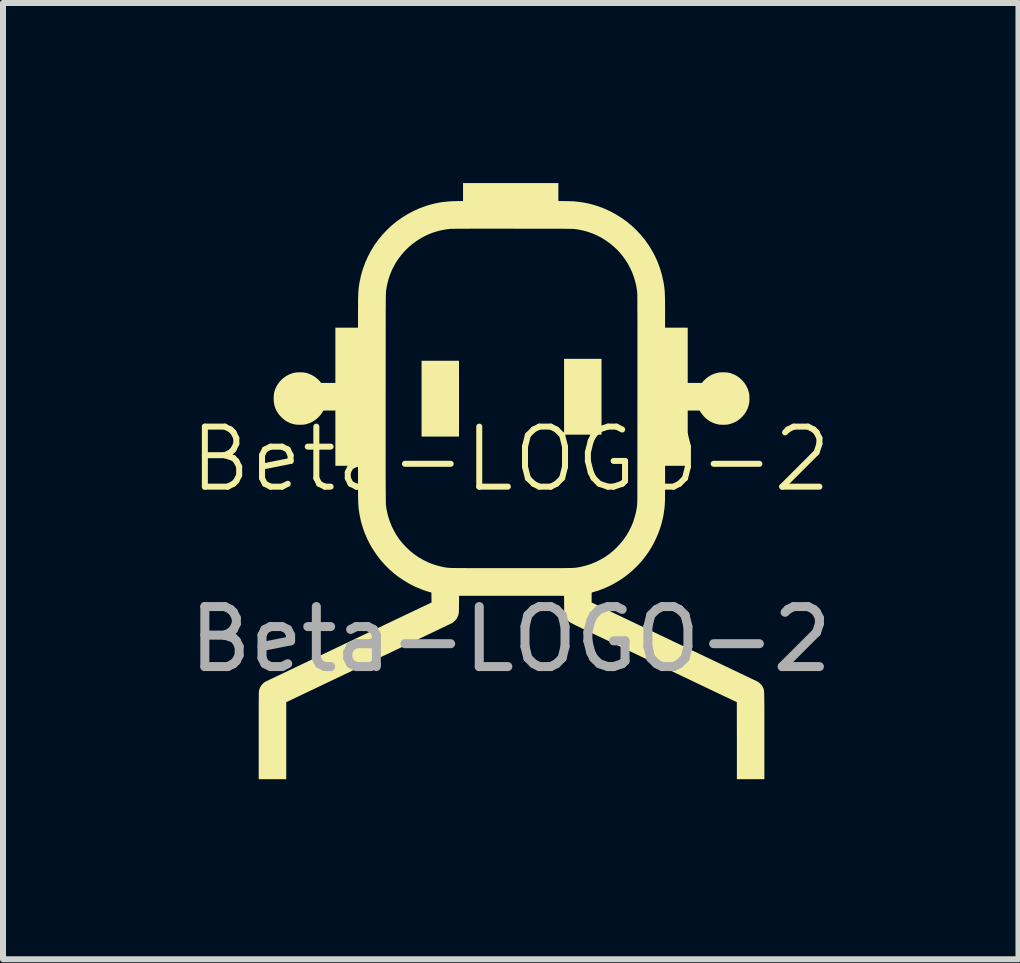
<source format=kicad_pcb>
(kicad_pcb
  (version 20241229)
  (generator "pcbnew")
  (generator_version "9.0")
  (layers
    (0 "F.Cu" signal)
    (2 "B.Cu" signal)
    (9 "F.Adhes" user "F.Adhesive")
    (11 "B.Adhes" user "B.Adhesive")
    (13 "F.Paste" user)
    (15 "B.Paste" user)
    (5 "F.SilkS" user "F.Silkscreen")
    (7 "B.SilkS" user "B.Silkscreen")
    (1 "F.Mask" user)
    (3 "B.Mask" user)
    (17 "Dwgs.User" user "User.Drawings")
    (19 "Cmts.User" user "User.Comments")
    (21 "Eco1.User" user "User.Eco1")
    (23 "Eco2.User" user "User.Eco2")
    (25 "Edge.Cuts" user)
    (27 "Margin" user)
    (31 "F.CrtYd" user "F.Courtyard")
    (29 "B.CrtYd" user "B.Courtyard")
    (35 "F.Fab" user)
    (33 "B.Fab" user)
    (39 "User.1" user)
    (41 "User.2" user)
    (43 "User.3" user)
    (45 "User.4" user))
  (footprint "Beta-LOGO-2"
    (layer "F.Cu")
    (at 5.458 5.1)
    (property "Reference" "Beta-LOGO-2" (at 0 -0.5 0) (unlocked yes) (layer "F.SilkS") (effects (font (size 1 1) (thickness 0.1))))
    (attr exclude_from_pos_files exclude_from_bom allow_soldermask_bridges)
    (fp_poly (pts (xy -0.861 -1.509) (xy -0.861 -0.877) (xy -1.173 -0.877) (xy -1.485 -0.877) (xy -1.485 -1.509) (xy -1.485 -2.14) (xy -1.173 -2.14) (xy -0.861 -2.14)) (stroke (width 0) (type solid)) (fill yes) (layer "F.SilkS"))
    (fp_poly (pts (xy 1.513 -1.54) (xy 1.513 -0.909) (xy 1.201 -0.909) (xy 0.889 -0.909) (xy 0.889 -1.54) (xy 0.889 -2.172) (xy 1.201 -2.172) (xy 1.513 -2.172)) (stroke (width 0) (type solid)) (fill yes) (layer "F.SilkS"))
    (fp_poly (pts (xy 0.794 -4.95) (xy 0.794 -4.8) (xy 0.889 -4.8) (xy 0.967 -4.799) (xy 1.04 -4.796) (xy 1.076 -4.793) (xy 1.111 -4.79) (xy 1.145 -4.786) (xy 1.178 -4.781) (xy 1.211 -4.776) (xy 1.244 -4.77) (xy 1.276 -4.764) (xy 1.309 -4.756) (xy 1.341 -4.748) (xy 1.373 -4.74) (xy 1.405 -4.73) (xy 1.437 -4.72) (xy 1.543 -4.682) (xy 1.645 -4.636) (xy 1.743 -4.584) (xy 1.837 -4.526) (xy 1.927 -4.463) (xy 2.012 -4.393) (xy 2.092 -4.318) (xy 2.166 -4.239) (xy 2.236 -4.154) (xy 2.299 -4.065) (xy 2.356 -3.972) (xy 2.408 -3.875) (xy 2.452 -3.775) (xy 2.49 -3.671) (xy 2.521 -3.564) (xy 2.545 -3.454) (xy 2.553 -3.408) (xy 2.559 -3.365) (xy 2.564 -3.321) (xy 2.567 -3.271) (xy 2.569 -3.214) (xy 2.571 -3.144) (xy 2.572 -2.953) (xy 2.572 -2.691) (xy 2.76 -2.691) (xy 2.949 -2.691) (xy 2.949 -2.23) (xy 2.949 -1.77) (xy 3.067 -1.77) (xy 3.184 -1.77) (xy 3.206 -1.796) (xy 3.219 -1.81) (xy 3.233 -1.823) (xy 3.246 -1.836) (xy 3.26 -1.848) (xy 3.274 -1.859) (xy 3.288 -1.87) (xy 3.303 -1.88) (xy 3.318 -1.889) (xy 3.334 -1.898) (xy 3.35 -1.906) (xy 3.366 -1.914) (xy 3.383 -1.92) (xy 3.4 -1.927) (xy 3.417 -1.932) (xy 3.435 -1.937) (xy 3.454 -1.941) (xy 3.462 -1.943) (xy 3.471 -1.944) (xy 3.48 -1.945) (xy 3.49 -1.946) (xy 3.5 -1.947) (xy 3.512 -1.947) (xy 3.525 -1.947) (xy 3.54 -1.948) (xy 3.562 -1.947) (xy 3.572 -1.947) (xy 3.582 -1.947) (xy 3.591 -1.946) (xy 3.6 -1.945) (xy 3.609 -1.944) (xy 3.617 -1.943) (xy 3.625 -1.941) (xy 3.634 -1.94) (xy 3.642 -1.938) (xy 3.65 -1.936) (xy 3.659 -1.933) (xy 3.668 -1.931) (xy 3.687 -1.924) (xy 3.698 -1.92) (xy 3.709 -1.915) (xy 3.72 -1.911) (xy 3.731 -1.906) (xy 3.742 -1.9) (xy 3.753 -1.894) (xy 3.763 -1.888) (xy 3.773 -1.882) (xy 3.784 -1.875) (xy 3.794 -1.868) (xy 3.803 -1.861) (xy 3.813 -1.854) (xy 3.822 -1.846) (xy 3.832 -1.837) (xy 3.841 -1.829) (xy 3.85 -1.82) (xy 3.861 -1.809) (xy 3.872 -1.797) (xy 3.882 -1.784) (xy 3.892 -1.772) (xy 3.902 -1.759) (xy 3.91 -1.746) (xy 3.919 -1.732) (xy 3.927 -1.718) (xy 3.934 -1.704) (xy 3.941 -1.69) (xy 3.947 -1.675) (xy 3.953 -1.66) (xy 3.958 -1.645) (xy 3.963 -1.629) (xy 3.967 -1.613) (xy 3.971 -1.597) (xy 3.972 -1.589) (xy 3.974 -1.579) (xy 3.975 -1.569) (xy 3.976 -1.558) (xy 3.977 -1.535) (xy 3.977 -1.51) (xy 3.977 -1.486) (xy 3.976 -1.463) (xy 3.975 -1.452) (xy 3.974 -1.442) (xy 3.972 -1.432) (xy 3.971 -1.424) (xy 3.967 -1.408) (xy 3.963 -1.392) (xy 3.958 -1.376) (xy 3.953 -1.361) (xy 3.947 -1.346) (xy 3.941 -1.331) (xy 3.934 -1.317) (xy 3.927 -1.303) (xy 3.919 -1.289) (xy 3.91 -1.275) (xy 3.902 -1.262) (xy 3.892 -1.249) (xy 3.882 -1.237) (xy 3.872 -1.224) (xy 3.861 -1.212) (xy 3.85 -1.201) (xy 3.838 -1.189) (xy 3.826 -1.179) (xy 3.814 -1.168) (xy 3.801 -1.158) (xy 3.788 -1.149) (xy 3.775 -1.14) (xy 3.762 -1.132) (xy 3.748 -1.124) (xy 3.734 -1.117) (xy 3.719 -1.11) (xy 3.705 -1.104) (xy 3.69 -1.098) (xy 3.674 -1.093) (xy 3.659 -1.088) (xy 3.643 -1.084) (xy 3.627 -1.08) (xy 3.618 -1.078) (xy 3.609 -1.077) (xy 3.599 -1.076) (xy 3.588 -1.075) (xy 3.565 -1.074) (xy 3.54 -1.073) (xy 3.516 -1.074) (xy 3.492 -1.075) (xy 3.482 -1.076) (xy 3.471 -1.077) (xy 3.462 -1.078) (xy 3.454 -1.08) (xy 3.438 -1.084) (xy 3.422 -1.088) (xy 3.406 -1.093) (xy 3.391 -1.098) (xy 3.376 -1.104) (xy 3.361 -1.11) (xy 3.347 -1.117) (xy 3.332 -1.124) (xy 3.319 -1.132) (xy 3.305 -1.14) (xy 3.292 -1.149) (xy 3.279 -1.158) (xy 3.266 -1.168) (xy 3.254 -1.178) (xy 3.242 -1.189) (xy 3.23 -1.201) (xy 3.225 -1.206) (xy 3.219 -1.213) (xy 3.213 -1.22) (xy 3.206 -1.228) (xy 3.193 -1.244) (xy 3.18 -1.261) (xy 3.168 -1.277) (xy 3.163 -1.285) (xy 3.159 -1.291) (xy 3.155 -1.297) (xy 3.153 -1.302) (xy 3.151 -1.306) (xy 3.15 -1.307) (xy 3.15 -1.308) (xy 3.15 -1.309) (xy 3.148 -1.309) (xy 3.142 -1.309) (xy 3.121 -1.31) (xy 3.089 -1.311) (xy 3.05 -1.311) (xy 2.949 -1.311) (xy 2.949 -0.851) (xy 2.949 -0.39) (xy 2.76 -0.39) (xy 2.572 -0.39) (xy 2.572 -0.1) (xy 2.571 0.076) (xy 2.571 0.14) (xy 2.57 0.192) (xy 2.568 0.235) (xy 2.566 0.271) (xy 2.563 0.305) (xy 2.559 0.338) (xy 2.552 0.387) (xy 2.544 0.436) (xy 2.534 0.485) (xy 2.523 0.534) (xy 2.51 0.582) (xy 2.495 0.631) (xy 2.479 0.679) (xy 2.461 0.726) (xy 2.442 0.773) (xy 2.422 0.819) (xy 2.4 0.865) (xy 2.377 0.91) (xy 2.353 0.954) (xy 2.327 0.997) (xy 2.3 1.04) (xy 2.272 1.081) (xy 2.23 1.137) (xy 2.187 1.191) (xy 2.141 1.243) (xy 2.093 1.293) (xy 2.043 1.341) (xy 1.991 1.387) (xy 1.938 1.43) (xy 1.883 1.471) (xy 1.826 1.51) (xy 1.767 1.546) (xy 1.708 1.58) (xy 1.646 1.612) (xy 1.584 1.64) (xy 1.52 1.667) (xy 1.456 1.69) (xy 1.39 1.71) (xy 1.349 1.722) (xy 1.348 1.805) (xy 1.348 1.887) (xy 2.705 2.534) (xy 4.096 3.197) (xy 4.101 3.199) (xy 4.106 3.201) (xy 4.11 3.204) (xy 4.114 3.206) (xy 4.118 3.208) (xy 4.121 3.21) (xy 4.125 3.212) (xy 4.128 3.215) (xy 4.132 3.217) (xy 4.135 3.22) (xy 4.138 3.223) (xy 4.142 3.226) (xy 4.146 3.229) (xy 4.149 3.233) (xy 4.158 3.241) (xy 4.166 3.249) (xy 4.169 3.253) (xy 4.172 3.256) (xy 4.175 3.26) (xy 4.178 3.263) (xy 4.181 3.266) (xy 4.184 3.27) (xy 4.186 3.273) (xy 4.188 3.277) (xy 4.19 3.28) (xy 4.193 3.284) (xy 4.195 3.287) (xy 4.197 3.291) (xy 4.199 3.295) (xy 4.201 3.3) (xy 4.21 3.317) (xy 4.216 3.335) (xy 4.221 3.365) (xy 4.224 3.419) (xy 4.226 3.645) (xy 4.226 4.105) (xy 4.226 4.831) (xy 3.997 4.831) (xy 3.768 4.831) (xy 3.768 4.189) (xy 3.767 3.548) (xy 3.479 3.411) (xy 3.16 3.259) (xy 2.161 2.783) (xy 1.432 2.435) (xy 1.221 2.335) (xy 1.146 2.298) (xy 1.088 2.27) (xy 1.045 2.249) (xy 1.015 2.233) (xy 0.994 2.222) (xy 0.981 2.214) (xy 0.977 2.211) (xy 0.974 2.209) (xy 0.97 2.204) (xy 0.966 2.2) (xy 0.961 2.194) (xy 0.953 2.186) (xy 0.95 2.182) (xy 0.946 2.179) (xy 0.943 2.175) (xy 0.94 2.172) (xy 0.938 2.169) (xy 0.935 2.165) (xy 0.933 2.162) (xy 0.931 2.158) (xy 0.928 2.155) (xy 0.926 2.151) (xy 0.924 2.148) (xy 0.922 2.144) (xy 0.92 2.14) (xy 0.918 2.135) (xy 0.909 2.117) (xy 0.906 2.109) (xy 0.903 2.101) (xy 0.9 2.094) (xy 0.898 2.086) (xy 0.896 2.077) (xy 0.895 2.067) (xy 0.893 2.057) (xy 0.892 2.044) (xy 0.891 2.013) (xy 0.89 1.973) (xy 0.89 1.919) (xy 0.889 1.776) (xy 0.014 1.776) (xy -0.86 1.776) (xy -0.861 1.919) (xy -0.862 1.973) (xy -0.862 1.994) (xy -0.863 2.013) (xy -0.863 2.03) (xy -0.864 2.044) (xy -0.865 2.057) (xy -0.866 2.067) (xy -0.867 2.072) (xy -0.868 2.077) (xy -0.869 2.081) (xy -0.87 2.086) (xy -0.871 2.09) (xy -0.872 2.094) (xy -0.873 2.098) (xy -0.874 2.101) (xy -0.877 2.109) (xy -0.881 2.117) (xy -0.885 2.126) (xy -0.89 2.135) (xy -0.892 2.14) (xy -0.894 2.144) (xy -0.896 2.148) (xy -0.898 2.151) (xy -0.9 2.155) (xy -0.902 2.158) (xy -0.905 2.162) (xy -0.907 2.165) (xy -0.91 2.168) (xy -0.912 2.172) (xy -0.915 2.175) (xy -0.918 2.179) (xy -0.921 2.182) (xy -0.925 2.186) (xy -0.933 2.194) (xy -0.942 2.203) (xy -0.946 2.207) (xy -0.95 2.211) (xy -0.954 2.214) (xy -0.957 2.217) (xy -0.961 2.22) (xy -0.965 2.223) (xy -0.97 2.225) (xy -0.975 2.228) (xy -0.98 2.231) (xy -0.986 2.235) (xy -1 2.242) (xy -1.018 2.25) (xy -2.407 2.913) (xy -3.739 3.548) (xy -3.739 4.189) (xy -3.739 4.831) (xy -3.969 4.831) (xy -4.198 4.831) (xy -4.198 4.105) (xy -4.198 3.727) (xy -4.198 3.599) (xy -4.197 3.504) (xy -4.196 3.437) (xy -4.196 3.393) (xy -4.195 3.378) (xy -4.194 3.367) (xy -4.194 3.359) (xy -4.193 3.354) (xy -4.19 3.342) (xy -4.186 3.33) (xy -4.181 3.317) (xy -4.176 3.306) (xy -4.17 3.294) (xy -4.163 3.283) (xy -4.156 3.272) (xy -4.148 3.261) (xy -4.14 3.251) (xy -4.131 3.242) (xy -4.122 3.233) (xy -4.112 3.224) (xy -4.101 3.216) (xy -4.09 3.209) (xy -4.079 3.203) (xy -4.068 3.197) (xy -2.677 2.534) (xy -1.319 1.887) (xy -1.32 1.804) (xy -1.321 1.722) (xy -1.346 1.715) (xy -1.362 1.711) (xy -1.38 1.705) (xy -1.399 1.699) (xy -1.42 1.692) (xy -1.441 1.685) (xy -1.462 1.678) (xy -1.481 1.67) (xy -1.499 1.663) (xy -1.597 1.622) (xy -1.691 1.574) (xy -1.781 1.52) (xy -1.868 1.462) (xy -1.95 1.398) (xy -2.028 1.329) (xy -2.101 1.255) (xy -2.169 1.178) (xy -2.232 1.096) (xy -2.29 1.01) (xy -2.343 0.921) (xy -2.39 0.828) (xy -2.431 0.733) (xy -2.466 0.634) (xy -2.495 0.533) (xy -2.517 0.43) (xy -2.525 0.383) (xy -2.531 0.34) (xy -2.536 0.294) (xy -2.539 0.243) (xy -2.541 0.183) (xy -2.543 0.108) (xy -2.544 -0.099) (xy -2.544 -0.39) (xy -2.732 -0.39) (xy -2.921 -0.39) (xy -2.921 -0.851) (xy -2.921 -1.311) (xy -3.022 -1.311) (xy -3.042 -1.311) (xy -3.061 -1.311) (xy -3.078 -1.311) (xy -3.093 -1.31) (xy -3.105 -1.31) (xy -3.114 -1.309) (xy -3.12 -1.309) (xy -3.122 -1.309) (xy -3.122 -1.308) (xy -3.122 -1.308) (xy -3.122 -1.308) (xy -3.123 -1.307) (xy -3.124 -1.304) (xy -3.126 -1.3) (xy -3.129 -1.295) (xy -3.133 -1.289) (xy -3.137 -1.283) (xy -3.142 -1.276) (xy -3.146 -1.268) (xy -3.157 -1.254) (xy -3.167 -1.24) (xy -3.178 -1.226) (xy -3.19 -1.213) (xy -3.203 -1.2) (xy -3.215 -1.188) (xy -3.229 -1.176) (xy -3.242 -1.165) (xy -3.257 -1.154) (xy -3.271 -1.144) (xy -3.286 -1.135) (xy -3.301 -1.126) (xy -3.317 -1.117) (xy -3.333 -1.11) (xy -3.349 -1.103) (xy -3.365 -1.097) (xy -3.384 -1.09) (xy -3.393 -1.088) (xy -3.402 -1.085) (xy -3.41 -1.083) (xy -3.418 -1.081) (xy -3.427 -1.08) (xy -3.435 -1.078) (xy -3.443 -1.077) (xy -3.452 -1.076) (xy -3.461 -1.075) (xy -3.47 -1.074) (xy -3.49 -1.074) (xy -3.512 -1.073) (xy -3.526 -1.074) (xy -3.54 -1.074) (xy -3.553 -1.075) (xy -3.566 -1.076) (xy -3.579 -1.077) (xy -3.591 -1.079) (xy -3.604 -1.081) (xy -3.616 -1.084) (xy -3.628 -1.087) (xy -3.639 -1.09) (xy -3.651 -1.094) (xy -3.662 -1.098) (xy -3.674 -1.102) (xy -3.685 -1.107) (xy -3.697 -1.112) (xy -3.708 -1.117) (xy -3.723 -1.125) (xy -3.738 -1.134) (xy -3.753 -1.144) (xy -3.767 -1.154) (xy -3.781 -1.165) (xy -3.795 -1.176) (xy -3.808 -1.188) (xy -3.821 -1.201) (xy -3.834 -1.214) (xy -3.846 -1.227) (xy -3.858 -1.241) (xy -3.869 -1.255) (xy -3.879 -1.27) (xy -3.888 -1.285) (xy -3.897 -1.299) (xy -3.905 -1.314) (xy -3.911 -1.326) (xy -3.916 -1.337) (xy -3.921 -1.348) (xy -3.925 -1.36) (xy -3.929 -1.371) (xy -3.932 -1.383) (xy -3.936 -1.395) (xy -3.938 -1.407) (xy -3.941 -1.419) (xy -3.943 -1.431) (xy -3.945 -1.444) (xy -3.946 -1.456) (xy -3.948 -1.469) (xy -3.948 -1.483) (xy -3.949 -1.496) (xy -3.949 -1.51) (xy -3.949 -1.512) (xy -2.083 -1.512) (xy -2.083 -0.539) (xy -2.083 -0.229) (xy -2.082 -0.013) (xy -2.081 0.128) (xy -2.08 0.211) (xy -2.08 0.237) (xy -2.079 0.254) (xy -2.078 0.267) (xy -2.077 0.276) (xy -2.074 0.298) (xy -2.07 0.323) (xy -2.066 0.347) (xy -2.062 0.368) (xy -2.052 0.411) (xy -2.041 0.454) (xy -2.014 0.537) (xy -1.982 0.618) (xy -1.943 0.695) (xy -1.9 0.77) (xy -1.851 0.841) (xy -1.797 0.907) (xy -1.738 0.97) (xy -1.675 1.029) (xy -1.608 1.083) (xy -1.538 1.132) (xy -1.463 1.175) (xy -1.386 1.214) (xy -1.305 1.247) (xy -1.222 1.273) (xy -1.179 1.284) (xy -1.136 1.294) (xy -1.064 1.307) (xy -1.015 1.311) (xy -0.936 1.313) (xy -0.62 1.315) (xy 0.014 1.315) (xy 0.648 1.315) (xy 0.838 1.315) (xy 0.908 1.314) (xy 0.964 1.313) (xy 1.009 1.312) (xy 1.043 1.311) (xy 1.071 1.309) (xy 1.092 1.307) (xy 1.111 1.304) (xy 1.127 1.301) (xy 1.164 1.294) (xy 1.207 1.284) (xy 1.25 1.273) (xy 1.333 1.247) (xy 1.414 1.214) (xy 1.492 1.175) (xy 1.566 1.132) (xy 1.637 1.083) (xy 1.704 1.029) (xy 1.766 0.97) (xy 1.825 0.907) (xy 1.879 0.841) (xy 1.928 0.77) (xy 1.972 0.695) (xy 2.01 0.618) (xy 2.043 0.537) (xy 2.069 0.454) (xy 2.08 0.411) (xy 2.09 0.368) (xy 2.094 0.347) (xy 2.098 0.323) (xy 2.102 0.298) (xy 2.105 0.276) (xy 2.109 0.211) (xy 2.11 -0.013) (xy 2.111 -1.512) (xy 2.111 -2.485) (xy 2.111 -2.795) (xy 2.11 -3.012) (xy 2.11 -3.152) (xy 2.109 -3.236) (xy 2.108 -3.261) (xy 2.107 -3.279) (xy 2.106 -3.291) (xy 2.105 -3.301) (xy 2.102 -3.323) (xy 2.098 -3.347) (xy 2.094 -3.372) (xy 2.09 -3.393) (xy 2.072 -3.469) (xy 2.049 -3.543) (xy 2.022 -3.616) (xy 1.989 -3.686) (xy 1.953 -3.754) (xy 1.912 -3.819) (xy 1.867 -3.881) (xy 1.818 -3.941) (xy 1.765 -3.997) (xy 1.709 -4.049) (xy 1.649 -4.098) (xy 1.586 -4.143) (xy 1.521 -4.184) (xy 1.452 -4.221) (xy 1.381 -4.253) (xy 1.307 -4.28) (xy 1.28 -4.289) (xy 1.253 -4.297) (xy 1.226 -4.304) (xy 1.199 -4.311) (xy 1.171 -4.317) (xy 1.141 -4.323) (xy 1.11 -4.328) (xy 1.076 -4.333) (xy 1.028 -4.337) (xy 0.889 -4.339) (xy 0.035 -4.34) (xy -0.681 -4.34) (xy -0.907 -4.339) (xy -0.999 -4.338) (xy -1.064 -4.33) (xy -1.128 -4.32) (xy -1.191 -4.306) (xy -1.253 -4.288) (xy -1.314 -4.268) (xy -1.373 -4.244) (xy -1.431 -4.217) (xy -1.487 -4.187) (xy -1.541 -4.154) (xy -1.594 -4.118) (xy -1.645 -4.079) (xy -1.694 -4.038) (xy -1.74 -3.993) (xy -1.785 -3.946) (xy -1.827 -3.896) (xy -1.866 -3.844) (xy -1.887 -3.814) (xy -1.907 -3.784) (xy -1.926 -3.753) (xy -1.943 -3.721) (xy -1.96 -3.689) (xy -1.976 -3.657) (xy -1.99 -3.623) (xy -2.004 -3.59) (xy -2.017 -3.556) (xy -2.028 -3.521) (xy -2.039 -3.486) (xy -2.048 -3.45) (xy -2.057 -3.414) (xy -2.065 -3.377) (xy -2.071 -3.339) (xy -2.077 -3.301) (xy -2.08 -3.236) (xy -2.082 -3.012) (xy -2.083 -1.512) (xy -3.949 -1.512) (xy -3.949 -1.533) (xy -3.948 -1.543) (xy -3.948 -1.552) (xy -3.947 -1.562) (xy -3.946 -1.57) (xy -3.945 -1.579) (xy -3.944 -1.588) (xy -3.943 -1.596) (xy -3.941 -1.604) (xy -3.939 -1.612) (xy -3.937 -1.621) (xy -3.935 -1.629) (xy -3.932 -1.638) (xy -3.926 -1.657) (xy -3.921 -1.668) (xy -3.917 -1.68) (xy -3.912 -1.691) (xy -3.907 -1.702) (xy -3.901 -1.712) (xy -3.896 -1.723) (xy -3.89 -1.734) (xy -3.883 -1.744) (xy -3.877 -1.754) (xy -3.87 -1.764) (xy -3.862 -1.774) (xy -3.855 -1.783) (xy -3.847 -1.793) (xy -3.839 -1.802) (xy -3.83 -1.811) (xy -3.822 -1.82) (xy -3.813 -1.829) (xy -3.804 -1.837) (xy -3.794 -1.846) (xy -3.785 -1.854) (xy -3.775 -1.861) (xy -3.765 -1.868) (xy -3.755 -1.875) (xy -3.745 -1.882) (xy -3.735 -1.888) (xy -3.724 -1.894) (xy -3.714 -1.9) (xy -3.703 -1.906) (xy -3.692 -1.911) (xy -3.681 -1.915) (xy -3.67 -1.92) (xy -3.658 -1.924) (xy -3.64 -1.931) (xy -3.631 -1.933) (xy -3.622 -1.936) (xy -3.614 -1.938) (xy -3.606 -1.94) (xy -3.597 -1.941) (xy -3.589 -1.943) (xy -3.581 -1.944) (xy -3.572 -1.945) (xy -3.563 -1.946) (xy -3.554 -1.947) (xy -3.534 -1.947) (xy -3.512 -1.948) (xy -3.49 -1.947) (xy -3.48 -1.947) (xy -3.47 -1.947) (xy -3.461 -1.946) (xy -3.452 -1.945) (xy -3.443 -1.944) (xy -3.435 -1.943) (xy -3.427 -1.941) (xy -3.418 -1.94) (xy -3.41 -1.938) (xy -3.402 -1.936) (xy -3.393 -1.933) (xy -3.384 -1.931) (xy -3.365 -1.924) (xy -3.352 -1.919) (xy -3.339 -1.914) (xy -3.326 -1.908) (xy -3.313 -1.902) (xy -3.301 -1.895) (xy -3.289 -1.888) (xy -3.277 -1.881) (xy -3.265 -1.873) (xy -3.254 -1.865) (xy -3.242 -1.856) (xy -3.231 -1.847) (xy -3.22 -1.838) (xy -3.209 -1.828) (xy -3.199 -1.818) (xy -3.188 -1.807) (xy -3.178 -1.796) (xy -3.156 -1.77) (xy -3.038 -1.77) (xy -2.921 -1.77) (xy -2.921 -2.23) (xy -2.921 -2.691) (xy -2.732 -2.691) (xy -2.544 -2.691) (xy -2.544 -2.954) (xy -2.543 -3.059) (xy -2.543 -3.144) (xy -2.541 -3.214) (xy -2.539 -3.272) (xy -2.537 -3.297) (xy -2.535 -3.321) (xy -2.533 -3.343) (xy -2.531 -3.365) (xy -2.525 -3.408) (xy -2.517 -3.454) (xy -2.493 -3.564) (xy -2.462 -3.671) (xy -2.424 -3.775) (xy -2.379 -3.875) (xy -2.328 -3.972) (xy -2.271 -4.065) (xy -2.207 -4.154) (xy -2.138 -4.239) (xy -2.063 -4.318) (xy -1.984 -4.393) (xy -1.899 -4.463) (xy -1.809 -4.526) (xy -1.715 -4.584) (xy -1.617 -4.636) (xy -1.515 -4.682) (xy -1.409 -4.72) (xy -1.346 -4.739) (xy -1.282 -4.756) (xy -1.218 -4.77) (xy -1.153 -4.781) (xy -1.086 -4.789) (xy -1.018 -4.795) (xy -0.948 -4.799) (xy -0.875 -4.8) (xy -0.794 -4.8) (xy -0.794 -4.95) (xy -0.794 -5.1) (xy 0 -5.1) (xy 0.794 -5.1)) (stroke (width 0) (type solid)) (fill yes) (layer "F.SilkS"))
    (fp_text user "${REFERENCE}" (at 0 2.5 0) (unlocked yes) (layer "F.Fab") (effects (font (size 1 1) (thickness 0.15)))))
  (gr_rect
    (start -3 -3)
    (end 13.917 12.931)
    (stroke (width 0.1) (type default))
    (fill no)
    (layer "Edge.Cuts")))
</source>
